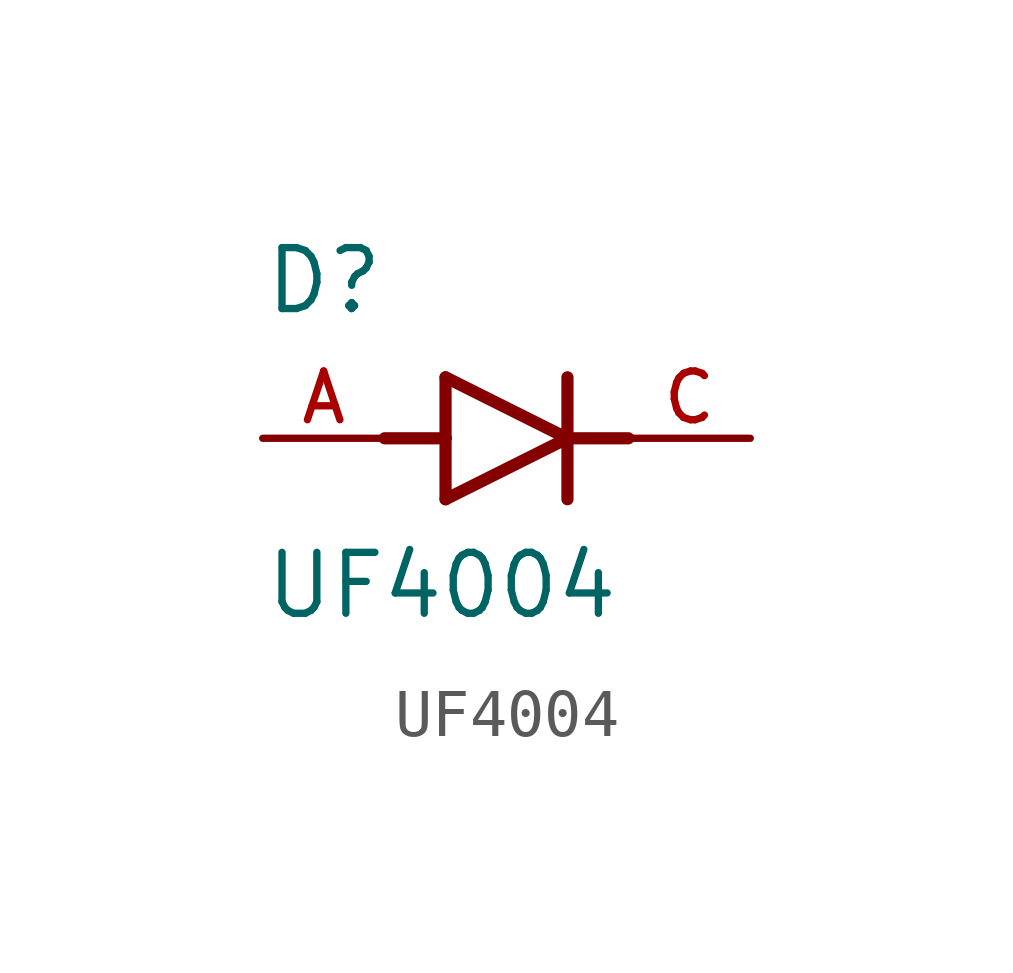
<source format=kicad_sym>
(kicad_symbol_lib
  (version 20211014)
  (generator kicad_symbol_editor)
  (symbol "UF4004"
    (pin_names
      (offset 1.016))
    (property "Reference" "D"
      (at -5.08 2.54 0)
      (effects (font (size 1.27 1.27)) (justify bottom left)))
    (property "Value" "UF4004"
      (at -5.08 -3.81 0)
      (effects (font (size 1.27 1.27)) (justify bottom left)))
    (symbol "UF4004_0_0"
      (polyline (pts (xy -1.27 -1.27) (xy 1.27 0.0)) (stroke (width 0.254)))
      (polyline (pts (xy 1.27 0.0) (xy -1.27 1.27)) (stroke (width 0.254)))
      (polyline (pts (xy 1.27 1.27) (xy 1.27 0.0)) (stroke (width 0.254)))
      (polyline (pts (xy -1.27 1.27) (xy -1.27 0.0)) (stroke (width 0.254)))
      (polyline (pts (xy -1.27 0.0) (xy -1.27 -1.27)) (stroke (width 0.254)))
      (polyline (pts (xy 1.27 0.0) (xy 1.27 -1.27)) (stroke (width 0.254)))
      (polyline (pts (xy -2.54 0.0) (xy -1.27 0.0)) (stroke (width 0.254)))
      (polyline (pts (xy 1.27 0.0) (xy 2.54 0.0)) (stroke (width 0.254)))
      (pin passive line (at 5.08 0.0 180.0) (length 2.54) (name "~" (effects (font (size 1.016 1.016)))) (number "C" (effects (font (size 1.016 1.016)))))
      (pin passive line (at -5.08 0.0 0) (length 2.54) (name "~" (effects (font (size 1.016 1.016)))) (number "A" (effects (font (size 1.016 1.016))))))))
</source>
